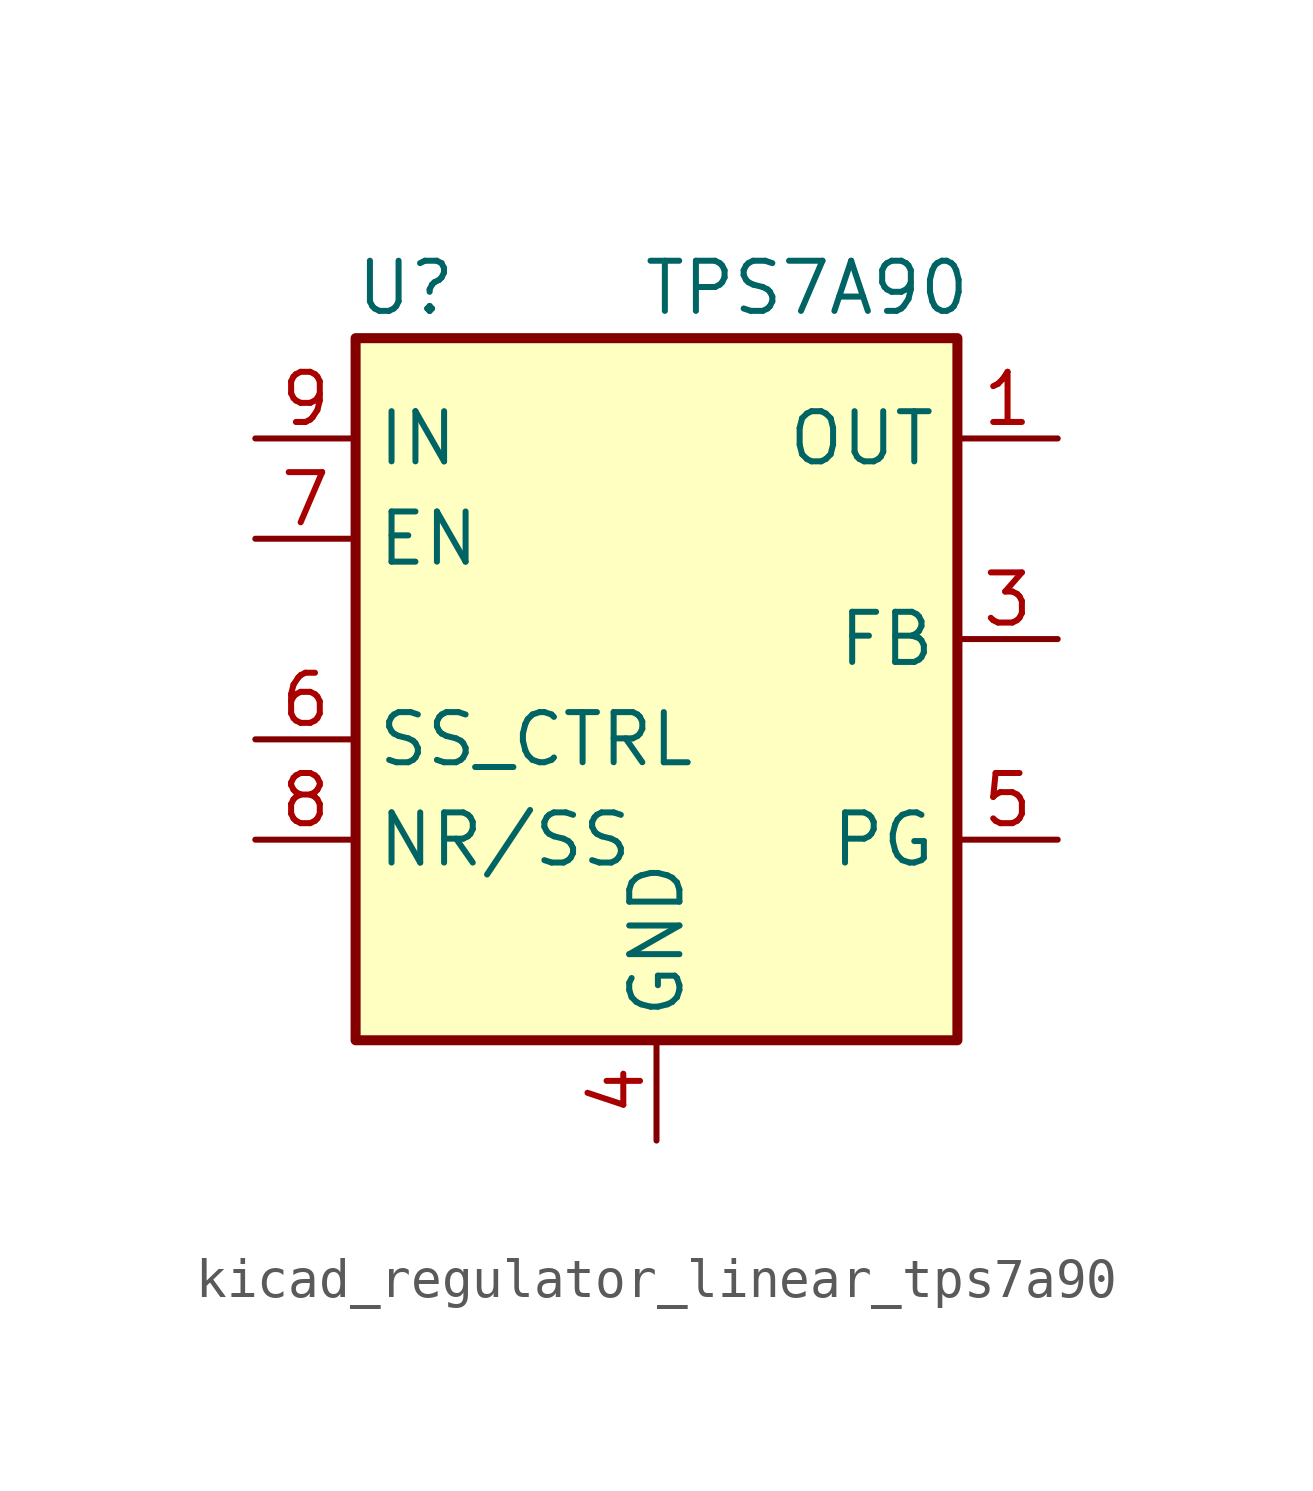
<source format=kicad_sym>
(kicad_symbol_lib
  (version 20220914)
  (generator kicad_symbol_editor)
  (symbol "kicad_regulator_linear_tps7a90"
    (property "Reference" "U"
      (at -6.35 11.43 0)
      (effects (font (size 1.27 1.27))))
    (property "Value" "TPS7A90"
      (at 3.81 11.43 0)
      (effects (font (size 1.27 1.27))))
    (symbol "kicad_regulator_linear_tps7a90_0_1"
      (rectangle (start -7.62 10.16) (end 7.62 -7.62) (stroke (width 0.254) (type default)) (fill (type background))))
    (symbol "kicad_regulator_linear_tps7a90_1_1"
      (pin power_out line (at 10.16 7.62 180) (length 2.54) (name "OUT" (effects (font (size 1.27 1.27)))) (number "1" (effects (font (size 1.27 1.27)))))
      (pin passive line (at -10.16 7.62 0) (length 2.54) hide (name "IN" (effects (font (size 1.27 1.27)))) (number "10" (effects (font (size 1.27 1.27)))))
      (pin passive line (at 0 -10.16 90) (length 2.54) hide (name "GND" (effects (font (size 1.27 1.27)))) (number "11" (effects (font (size 1.27 1.27)))))
      (pin passive line (at 10.16 7.62 180) (length 2.54) hide (name "OUT" (effects (font (size 1.27 1.27)))) (number "2" (effects (font (size 1.27 1.27)))))
      (pin input line (at 10.16 2.54 180) (length 2.54) (name "FB" (effects (font (size 1.27 1.27)))) (number "3" (effects (font (size 1.27 1.27)))))
      (pin power_in line (at 0 -10.16 90) (length 2.54) (name "GND" (effects (font (size 1.27 1.27)))) (number "4" (effects (font (size 1.27 1.27)))))
      (pin open_collector line (at 10.16 -2.54 180) (length 2.54) (name "PG" (effects (font (size 1.27 1.27)))) (number "5" (effects (font (size 1.27 1.27)))))
      (pin input line (at -10.16 0 0) (length 2.54) (name "SS_CTRL" (effects (font (size 1.27 1.27)))) (number "6" (effects (font (size 1.27 1.27)))))
      (pin input line (at -10.16 5.08 0) (length 2.54) (name "EN" (effects (font (size 1.27 1.27)))) (number "7" (effects (font (size 1.27 1.27)))))
      (pin passive line (at -10.16 -2.54 0) (length 2.54) (name "NR/SS" (effects (font (size 1.27 1.27)))) (number "8" (effects (font (size 1.27 1.27)))))
      (pin power_in line (at -10.16 7.62 0) (length 2.54) (name "IN" (effects (font (size 1.27 1.27)))) (number "9" (effects (font (size 1.27 1.27))))))))
</source>
